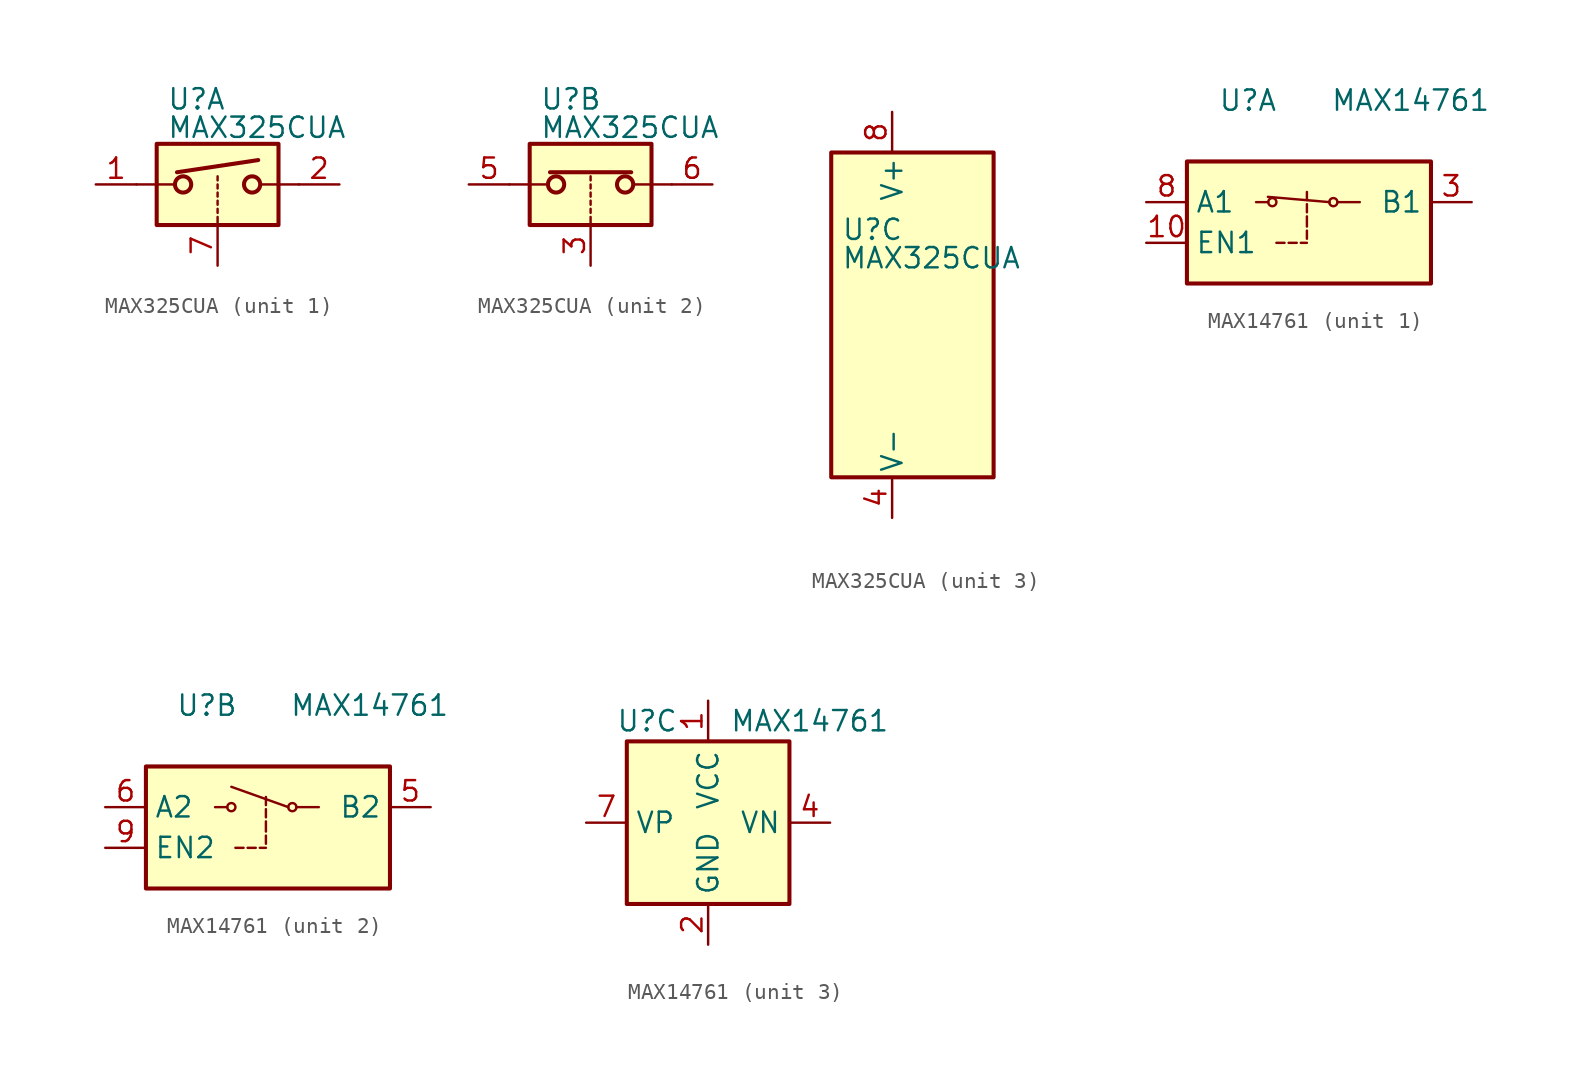
<source format=kicad_sym>
(kicad_symbol_lib
  (version 20211014)
  (generator kicad_symbol_editor)
  (symbol "MAX325CUA"
    (pin_names
      (offset 0.254))
    (property "Reference" "U"
      (at -3.175 5.334 0)
      (effects (font (size 1.27 1.27)) (justify left)))
    (property "Value" "MAX325CUA"
      (at -3.175 3.556 0)
      (effects (font (size 1.27 1.27)) (justify left)))
    (symbol "MAX325CUA_1_1"
      (rectangle (start -3.81 2.54) (end 3.81 -2.54) (stroke (width 0.254) (type default) (color 0 0 0 0)) (fill (type background)))
      (circle (center -2.159 0) (radius 0.508) (stroke (width 0.254) (type default) (color 0 0 0 0)) (fill (type none)))
      (polyline (pts (xy -5.08 0) (xy -2.794 0)) (stroke (width 0) (type default) (color 0 0 0 0)) (fill (type none)))
      (polyline (pts (xy -2.54 0.762) (xy 2.54 1.524)) (stroke (width 0.254) (type default) (color 0 0 0 0)) (fill (type none)))
      (polyline (pts (xy 0 -2.54) (xy 0 -2.032)) (stroke (width 0) (type default) (color 0 0 0 0)) (fill (type none)))
      (polyline (pts (xy 0 -1.778) (xy 0 -1.524)) (stroke (width 0) (type default) (color 0 0 0 0)) (fill (type none)))
      (polyline (pts (xy 0 -1.27) (xy 0 -1.016)) (stroke (width 0) (type default) (color 0 0 0 0)) (fill (type none)))
      (polyline (pts (xy 0 -0.762) (xy 0 -0.508)) (stroke (width 0) (type default) (color 0 0 0 0)) (fill (type none)))
      (polyline (pts (xy 0 -0.254) (xy 0 0)) (stroke (width 0) (type default) (color 0 0 0 0)) (fill (type none)))
      (polyline (pts (xy 0 0.254) (xy 0 0.508)) (stroke (width 0) (type default) (color 0 0 0 0)) (fill (type none)))
      (polyline (pts (xy 5.08 0) (xy 2.794 0)) (stroke (width 0) (type default) (color 0 0 0 0)) (fill (type none)))
      (circle (center 2.159 0) (radius 0.508) (stroke (width 0.254) (type default) (color 0 0 0 0)) (fill (type none)))
      (pin passive line (at -7.62 0 0) (length 2.54) (name "~" (effects (font (size 1.27 1.27)))) (number "1" (effects (font (size 1.27 1.27)))))
      (pin passive line (at 7.62 0 180) (length 2.54) (name "~" (effects (font (size 1.27 1.27)))) (number "2" (effects (font (size 1.27 1.27)))))
      (pin input line (at 0 -5.08 90) (length 2.54) (name "~" (effects (font (size 1.27 1.27)))) (number "7" (effects (font (size 1.27 1.27))))))
    (symbol "MAX325CUA_2_1"
      (rectangle (start -3.81 2.54) (end 3.81 -2.54) (stroke (width 0.254) (type default) (color 0 0 0 0)) (fill (type background)))
      (circle (center -2.159 0) (radius 0.508) (stroke (width 0.254) (type default) (color 0 0 0 0)) (fill (type none)))
      (polyline (pts (xy -5.08 0) (xy -2.794 0)) (stroke (width 0) (type default) (color 0 0 0 0)) (fill (type none)))
      (polyline (pts (xy -2.54 0.762) (xy 2.54 0.762)) (stroke (width 0.254) (type default) (color 0 0 0 0)) (fill (type none)))
      (polyline (pts (xy 0 -2.54) (xy 0 -2.032)) (stroke (width 0) (type default) (color 0 0 0 0)) (fill (type none)))
      (polyline (pts (xy 0 -1.778) (xy 0 -1.524)) (stroke (width 0) (type default) (color 0 0 0 0)) (fill (type none)))
      (polyline (pts (xy 0 -1.27) (xy 0 -1.016)) (stroke (width 0) (type default) (color 0 0 0 0)) (fill (type none)))
      (polyline (pts (xy 0 -0.762) (xy 0 -0.508)) (stroke (width 0) (type default) (color 0 0 0 0)) (fill (type none)))
      (polyline (pts (xy 0 -0.254) (xy 0 0)) (stroke (width 0) (type default) (color 0 0 0 0)) (fill (type none)))
      (polyline (pts (xy 0 0.254) (xy 0 0.508)) (stroke (width 0) (type default) (color 0 0 0 0)) (fill (type none)))
      (polyline (pts (xy 5.08 0) (xy 2.794 0)) (stroke (width 0) (type default) (color 0 0 0 0)) (fill (type none)))
      (circle (center 2.159 0) (radius 0.508) (stroke (width 0.254) (type default) (color 0 0 0 0)) (fill (type none)))
      (pin input line (at 0 -5.08 90) (length 2.54) (name "~" (effects (font (size 1.27 1.27)))) (number "3" (effects (font (size 1.27 1.27)))))
      (pin passive line (at -7.62 0 0) (length 2.54) (name "~" (effects (font (size 1.27 1.27)))) (number "5" (effects (font (size 1.27 1.27)))))
      (pin passive line (at 7.62 0 180) (length 2.54) (name "~" (effects (font (size 1.27 1.27)))) (number "6" (effects (font (size 1.27 1.27))))))
    (symbol "MAX325CUA_3_0"
      (pin power_in line (at 0 -12.7 90) (length 2.54) (name "V-" (effects (font (size 1.27 1.27)))) (number "4" (effects (font (size 1.27 1.27)))))
      (pin power_in line (at 0 12.7 270) (length 2.54) (name "V+" (effects (font (size 1.27 1.27)))) (number "8" (effects (font (size 1.27 1.27))))))
    (symbol "MAX325CUA_3_1"
      (rectangle (start -3.81 10.16) (end 6.35 -10.16) (stroke (width 0.254) (type default) (color 0 0 0 0)) (fill (type background)))))
  (symbol "MAX14761"
    (property "Reference" "U"
      (at -3.81 6.35 0)
      (effects (font (size 1.27 1.27))))
    (property "Value" "MAX14761"
      (at 6.35 6.35 0)
      (effects (font (size 1.27 1.27))))
    (property "ki_locked" ""
      (at 0 0 0)
      (effects (font (size 1.27 1.27))))
    (symbol "MAX14761_1_1"
      (rectangle (start -7.62 2.54) (end 7.62 -5.08) (stroke (width 0.254) (type default) (color 0 0 0 0)) (fill (type background)))
      (circle (center -2.286 0) (radius 0.254) (stroke (width 0) (type default) (color 0 0 0 0)) (fill (type none)))
      (polyline (pts (xy -3.302 0) (xy -2.54 0)) (stroke (width 0) (type default) (color 0 0 0 0)) (fill (type none)))
      (polyline (pts (xy -2.032 -2.54) (xy -1.524 -2.54)) (stroke (width 0) (type default) (color 0 0 0 0)) (fill (type none)))
      (polyline (pts (xy -1.27 -2.54) (xy -0.762 -2.54)) (stroke (width 0) (type default) (color 0 0 0 0)) (fill (type none)))
      (polyline (pts (xy -0.508 -2.54) (xy -0.127 -2.54)) (stroke (width 0) (type default) (color 0 0 0 0)) (fill (type none)))
      (polyline (pts (xy -0.127 -2.286) (xy -0.127 -1.778)) (stroke (width 0) (type default) (color 0 0 0 0)) (fill (type none)))
      (polyline (pts (xy -0.127 -1.524) (xy -0.127 -0.889)) (stroke (width 0) (type default) (color 0 0 0 0)) (fill (type none)))
      (polyline (pts (xy -0.127 -0.635) (xy -0.127 -0.127)) (stroke (width 0) (type default) (color 0 0 0 0)) (fill (type none)))
      (polyline (pts (xy -0.127 0.127) (xy -0.127 0.635)) (stroke (width 0) (type default) (color 0 0 0 0)) (fill (type none)))
      (polyline (pts (xy 1.295 0) (xy -2.565 0.33)) (stroke (width 0) (type default) (color 0 0 0 0)) (fill (type none)))
      (polyline (pts (xy 3.175 0) (xy 1.778 0)) (stroke (width 0) (type default) (color 0 0 0 0)) (fill (type none)))
      (circle (center 1.524 0) (radius 0.254) (stroke (width 0) (type default) (color 0 0 0 0)) (fill (type none)))
      (pin input line (at -10.16 -2.54 0) (length 2.54) (name "EN1" (effects (font (size 1.27 1.27)))) (number "10" (effects (font (size 1.27 1.27)))))
      (pin passive line (at 10.16 0 180) (length 2.54) (name "B1" (effects (font (size 1.27 1.27)))) (number "3" (effects (font (size 1.27 1.27)))))
      (pin passive line (at -10.16 0 0) (length 2.54) (name "A1" (effects (font (size 1.27 1.27)))) (number "8" (effects (font (size 1.27 1.27))))))
    (symbol "MAX14761_2_1"
      (rectangle (start -7.62 -5.08) (end 7.62 2.54) (stroke (width 0.254) (type default) (color 0 0 0 0)) (fill (type background)))
      (circle (center -2.286 0) (radius 0.254) (stroke (width 0) (type default) (color 0 0 0 0)) (fill (type none)))
      (polyline (pts (xy -3.302 0) (xy -2.54 0)) (stroke (width 0) (type default) (color 0 0 0 0)) (fill (type none)))
      (polyline (pts (xy -2.032 -2.54) (xy -1.524 -2.54)) (stroke (width 0) (type default) (color 0 0 0 0)) (fill (type none)))
      (polyline (pts (xy -1.27 -2.54) (xy -0.762 -2.54)) (stroke (width 0) (type default) (color 0 0 0 0)) (fill (type none)))
      (polyline (pts (xy -0.508 -2.54) (xy -0.127 -2.54)) (stroke (width 0) (type default) (color 0 0 0 0)) (fill (type none)))
      (polyline (pts (xy -0.127 -2.286) (xy -0.127 -1.778)) (stroke (width 0) (type default) (color 0 0 0 0)) (fill (type none)))
      (polyline (pts (xy -0.127 -1.524) (xy -0.127 -0.889)) (stroke (width 0) (type default) (color 0 0 0 0)) (fill (type none)))
      (polyline (pts (xy -0.127 -0.635) (xy -0.127 -0.127)) (stroke (width 0) (type default) (color 0 0 0 0)) (fill (type none)))
      (polyline (pts (xy -0.127 0.127) (xy -0.127 0.635)) (stroke (width 0) (type default) (color 0 0 0 0)) (fill (type none)))
      (polyline (pts (xy 1.27 0) (xy -2.286 1.27)) (stroke (width 0) (type default) (color 0 0 0 0)) (fill (type none)))
      (polyline (pts (xy 3.175 0) (xy 1.778 0)) (stroke (width 0) (type default) (color 0 0 0 0)) (fill (type none)))
      (circle (center 1.524 0) (radius 0.254) (stroke (width 0) (type default) (color 0 0 0 0)) (fill (type none)))
      (pin passive line (at 10.16 0 180) (length 2.54) (name "B2" (effects (font (size 1.27 1.27)))) (number "5" (effects (font (size 1.27 1.27)))))
      (pin passive line (at -10.16 0 0) (length 2.54) (name "A2" (effects (font (size 1.27 1.27)))) (number "6" (effects (font (size 1.27 1.27)))))
      (pin input line (at -10.16 -2.54 0) (length 2.54) (name "EN2" (effects (font (size 1.27 1.27)))) (number "9" (effects (font (size 1.27 1.27))))))
    (symbol "MAX14761_3_1"
      (rectangle (start -5.08 5.08) (end 5.08 -5.08) (stroke (width 0.254) (type default) (color 0 0 0 0)) (fill (type background)))
      (pin power_in line (at 0 7.62 270) (length 2.54) (name "VCC" (effects (font (size 1.27 1.27)))) (number "1" (effects (font (size 1.27 1.27)))))
      (pin passive line (at 7.62 0 180) (length 2.54) hide (name "VN" (effects (font (size 1.27 1.27)))) (number "11" (effects (font (size 1.27 1.27)))))
      (pin power_in line (at 0 -7.62 90) (length 2.54) (name "GND" (effects (font (size 1.27 1.27)))) (number "2" (effects (font (size 1.27 1.27)))))
      (pin passive line (at 7.62 0 180) (length 2.54) (name "VN" (effects (font (size 1.27 1.27)))) (number "4" (effects (font (size 1.27 1.27)))))
      (pin passive line (at -7.62 0 0) (length 2.54) (name "VP" (effects (font (size 1.27 1.27)))) (number "7" (effects (font (size 1.27 1.27))))))))
</source>
